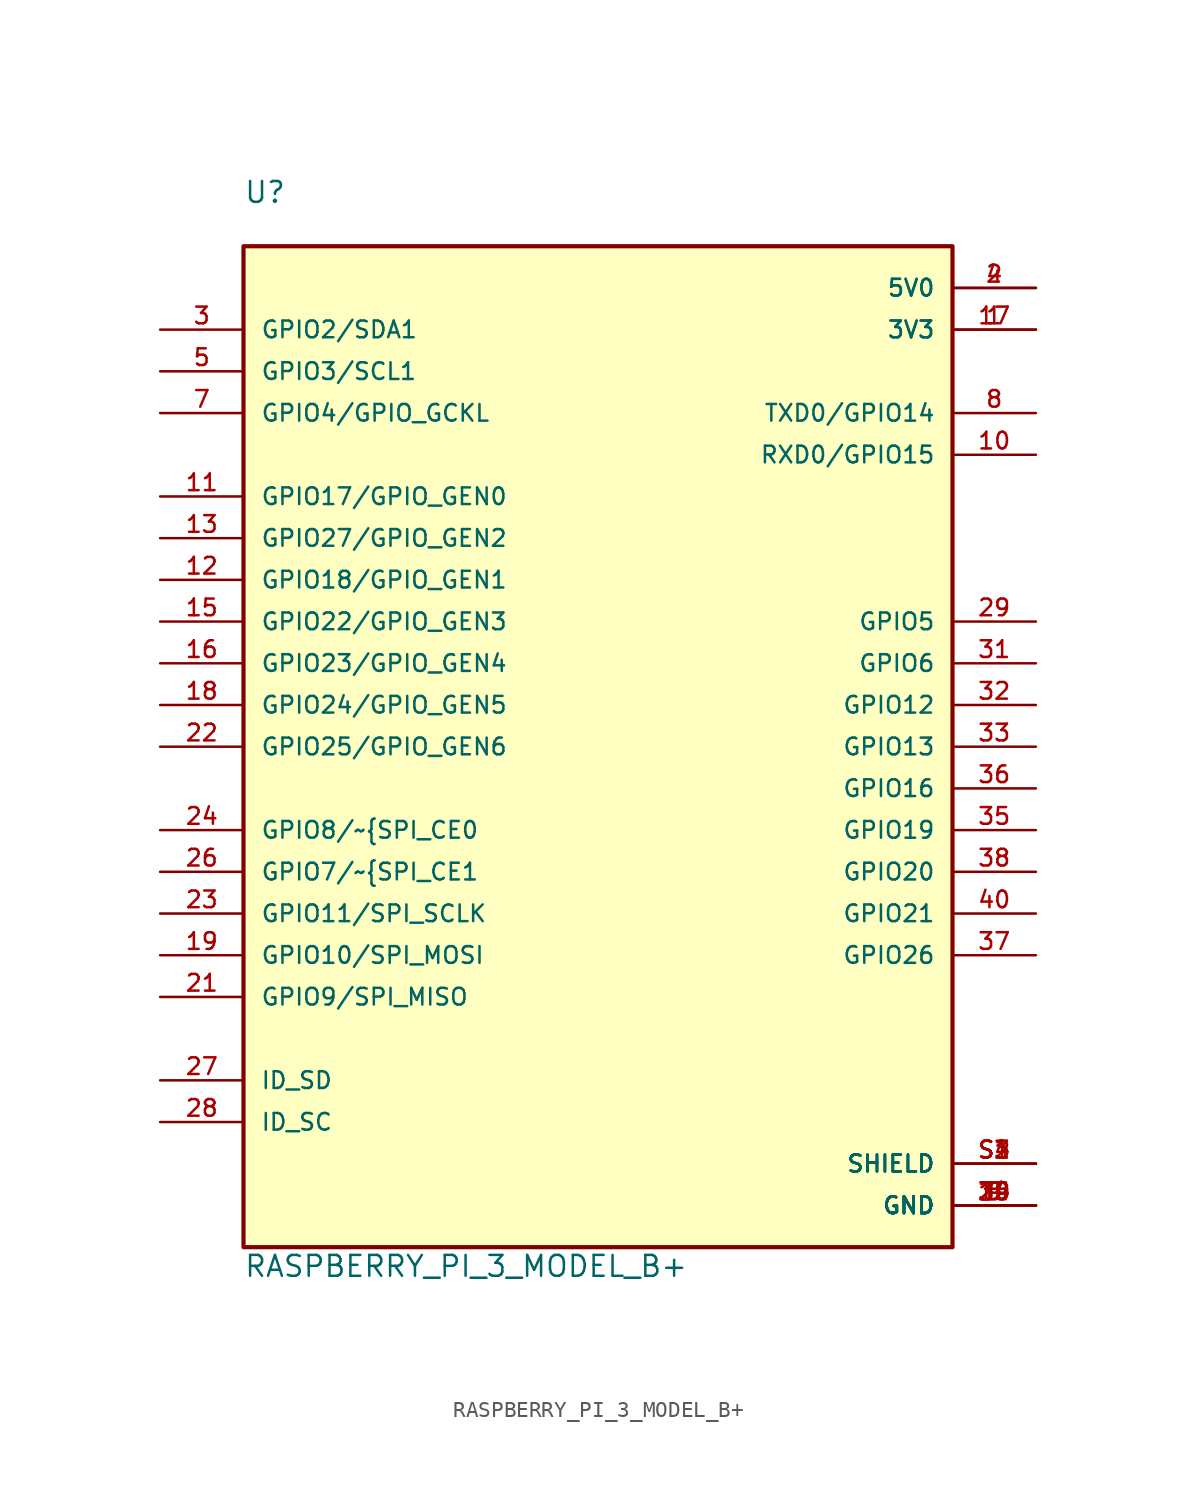
<source format=kicad_sym>
(kicad_symbol_lib
  (version 20211014)
  (generator kicad_symbol_editor)
  (symbol "RASPBERRY_PI_3_MODEL_B+"
    (pin_names
      (offset 1.016))
    (property "Reference" "U"
      (at -22.86 27.94 0)
      (effects (font (size 1.27 1.27)) (justify bottom left)))
    (property "Value" "RASPBERRY_PI_3_MODEL_B+"
      (at -22.86 -37.465 0)
      (effects (font (size 1.27 1.27)) (justify bottom left)))
    (symbol "RASPBERRY_PI_3_MODEL_B+_0_0"
      (rectangle (start -22.86 -35.56) (end 20.32 25.4) (stroke (width 0.254)) (fill (type background)))
      (pin power_in line (at 25.4 22.86 180.0) (length 5.08) (name "5V0" (effects (font (size 1.016 1.016)))) (number "2" (effects (font (size 1.016 1.016)))))
      (pin power_in line (at 25.4 22.86 180.0) (length 5.08) (name "5V0" (effects (font (size 1.016 1.016)))) (number "4" (effects (font (size 1.016 1.016)))))
      (pin power_in line (at 25.4 20.32 180.0) (length 5.08) (name "3V3" (effects (font (size 1.016 1.016)))) (number "1" (effects (font (size 1.016 1.016)))))
      (pin power_in line (at 25.4 20.32 180.0) (length 5.08) (name "3V3" (effects (font (size 1.016 1.016)))) (number "17" (effects (font (size 1.016 1.016)))))
      (pin bidirectional line (at -27.94 20.32 0) (length 5.08) (name "GPIO2/SDA1" (effects (font (size 1.016 1.016)))) (number "3" (effects (font (size 1.016 1.016)))))
      (pin bidirectional line (at -27.94 17.78 0) (length 5.08) (name "GPIO3/SCL1" (effects (font (size 1.016 1.016)))) (number "5" (effects (font (size 1.016 1.016)))))
      (pin bidirectional line (at -27.94 15.24 0) (length 5.08) (name "GPIO4/GPIO_GCKL" (effects (font (size 1.016 1.016)))) (number "7" (effects (font (size 1.016 1.016)))))
      (pin bidirectional line (at 25.4 15.24 180.0) (length 5.08) (name "TXD0/GPIO14" (effects (font (size 1.016 1.016)))) (number "8" (effects (font (size 1.016 1.016)))))
      (pin power_in line (at 25.4 -33.02 180.0) (length 5.08) (name "GND" (effects (font (size 1.016 1.016)))) (number "6" (effects (font (size 1.016 1.016)))))
      (pin power_in line (at 25.4 -33.02 180.0) (length 5.08) (name "GND" (effects (font (size 1.016 1.016)))) (number "9" (effects (font (size 1.016 1.016)))))
      (pin power_in line (at 25.4 -33.02 180.0) (length 5.08) (name "GND" (effects (font (size 1.016 1.016)))) (number "14" (effects (font (size 1.016 1.016)))))
      (pin power_in line (at 25.4 -33.02 180.0) (length 5.08) (name "GND" (effects (font (size 1.016 1.016)))) (number "20" (effects (font (size 1.016 1.016)))))
      (pin power_in line (at 25.4 -33.02 180.0) (length 5.08) (name "GND" (effects (font (size 1.016 1.016)))) (number "25" (effects (font (size 1.016 1.016)))))
      (pin power_in line (at 25.4 -33.02 180.0) (length 5.08) (name "GND" (effects (font (size 1.016 1.016)))) (number "30" (effects (font (size 1.016 1.016)))))
      (pin power_in line (at 25.4 -33.02 180.0) (length 5.08) (name "GND" (effects (font (size 1.016 1.016)))) (number "34" (effects (font (size 1.016 1.016)))))
      (pin power_in line (at 25.4 -33.02 180.0) (length 5.08) (name "GND" (effects (font (size 1.016 1.016)))) (number "39" (effects (font (size 1.016 1.016)))))
      (pin bidirectional line (at 25.4 12.7 180.0) (length 5.08) (name "RXD0/GPIO15" (effects (font (size 1.016 1.016)))) (number "10" (effects (font (size 1.016 1.016)))))
      (pin bidirectional line (at -27.94 10.16 0) (length 5.08) (name "GPIO17/GPIO_GEN0" (effects (font (size 1.016 1.016)))) (number "11" (effects (font (size 1.016 1.016)))))
      (pin bidirectional line (at -27.94 5.08 0) (length 5.08) (name "GPIO18/GPIO_GEN1" (effects (font (size 1.016 1.016)))) (number "12" (effects (font (size 1.016 1.016)))))
      (pin bidirectional line (at -27.94 7.62 0) (length 5.08) (name "GPIO27/GPIO_GEN2" (effects (font (size 1.016 1.016)))) (number "13" (effects (font (size 1.016 1.016)))))
      (pin bidirectional line (at -27.94 2.54 0) (length 5.08) (name "GPIO22/GPIO_GEN3" (effects (font (size 1.016 1.016)))) (number "15" (effects (font (size 1.016 1.016)))))
      (pin bidirectional line (at -27.94 0.0 0) (length 5.08) (name "GPIO23/GPIO_GEN4" (effects (font (size 1.016 1.016)))) (number "16" (effects (font (size 1.016 1.016)))))
      (pin bidirectional line (at -27.94 -2.54 0) (length 5.08) (name "GPIO24/GPIO_GEN5" (effects (font (size 1.016 1.016)))) (number "18" (effects (font (size 1.016 1.016)))))
      (pin bidirectional line (at -27.94 -17.78 0) (length 5.08) (name "GPIO10/SPI_MOSI" (effects (font (size 1.016 1.016)))) (number "19" (effects (font (size 1.016 1.016)))))
      (pin bidirectional line (at -27.94 -20.32 0) (length 5.08) (name "GPIO9/SPI_MISO" (effects (font (size 1.016 1.016)))) (number "21" (effects (font (size 1.016 1.016)))))
      (pin bidirectional line (at -27.94 -5.08 0) (length 5.08) (name "GPIO25/GPIO_GEN6" (effects (font (size 1.016 1.016)))) (number "22" (effects (font (size 1.016 1.016)))))
      (pin bidirectional line (at -27.94 -15.24 0) (length 5.08) (name "GPIO11/SPI_SCLK" (effects (font (size 1.016 1.016)))) (number "23" (effects (font (size 1.016 1.016)))))
      (pin bidirectional line (at -27.94 -10.16 0) (length 5.08) (name "GPIO8/~{SPI_CE0~{}" (effects (font (size 1.016 1.016)))) (number "24" (effects (font (size 1.016 1.016)))))
      (pin bidirectional line (at -27.94 -12.7 0) (length 5.08) (name "GPIO7/~{SPI_CE1~{}" (effects (font (size 1.016 1.016)))) (number "26" (effects (font (size 1.016 1.016)))))
      (pin bidirectional line (at -27.94 -25.4 0) (length 5.08) (name "ID_SD" (effects (font (size 1.016 1.016)))) (number "27" (effects (font (size 1.016 1.016)))))
      (pin bidirectional line (at -27.94 -27.94 0) (length 5.08) (name "ID_SC" (effects (font (size 1.016 1.016)))) (number "28" (effects (font (size 1.016 1.016)))))
      (pin bidirectional line (at 25.4 2.54 180.0) (length 5.08) (name "GPIO5" (effects (font (size 1.016 1.016)))) (number "29" (effects (font (size 1.016 1.016)))))
      (pin bidirectional line (at 25.4 0.0 180.0) (length 5.08) (name "GPIO6" (effects (font (size 1.016 1.016)))) (number "31" (effects (font (size 1.016 1.016)))))
      (pin bidirectional line (at 25.4 -2.54 180.0) (length 5.08) (name "GPIO12" (effects (font (size 1.016 1.016)))) (number "32" (effects (font (size 1.016 1.016)))))
      (pin bidirectional line (at 25.4 -5.08 180.0) (length 5.08) (name "GPIO13" (effects (font (size 1.016 1.016)))) (number "33" (effects (font (size 1.016 1.016)))))
      (pin bidirectional line (at 25.4 -10.16 180.0) (length 5.08) (name "GPIO19" (effects (font (size 1.016 1.016)))) (number "35" (effects (font (size 1.016 1.016)))))
      (pin bidirectional line (at 25.4 -7.62 180.0) (length 5.08) (name "GPIO16" (effects (font (size 1.016 1.016)))) (number "36" (effects (font (size 1.016 1.016)))))
      (pin bidirectional line (at 25.4 -17.78 180.0) (length 5.08) (name "GPIO26" (effects (font (size 1.016 1.016)))) (number "37" (effects (font (size 1.016 1.016)))))
      (pin bidirectional line (at 25.4 -12.7 180.0) (length 5.08) (name "GPIO20" (effects (font (size 1.016 1.016)))) (number "38" (effects (font (size 1.016 1.016)))))
      (pin bidirectional line (at 25.4 -15.24 180.0) (length 5.08) (name "GPIO21" (effects (font (size 1.016 1.016)))) (number "40" (effects (font (size 1.016 1.016)))))
      (pin power_in line (at 25.4 -30.48 180.0) (length 5.08) (name "SHIELD" (effects (font (size 1.016 1.016)))) (number "S1" (effects (font (size 1.016 1.016)))))
      (pin power_in line (at 25.4 -30.48 180.0) (length 5.08) (name "SHIELD" (effects (font (size 1.016 1.016)))) (number "S2" (effects (font (size 1.016 1.016)))))
      (pin power_in line (at 25.4 -30.48 180.0) (length 5.08) (name "SHIELD" (effects (font (size 1.016 1.016)))) (number "S3" (effects (font (size 1.016 1.016)))))
      (pin power_in line (at 25.4 -30.48 180.0) (length 5.08) (name "SHIELD" (effects (font (size 1.016 1.016)))) (number "S4" (effects (font (size 1.016 1.016))))))))
</source>
